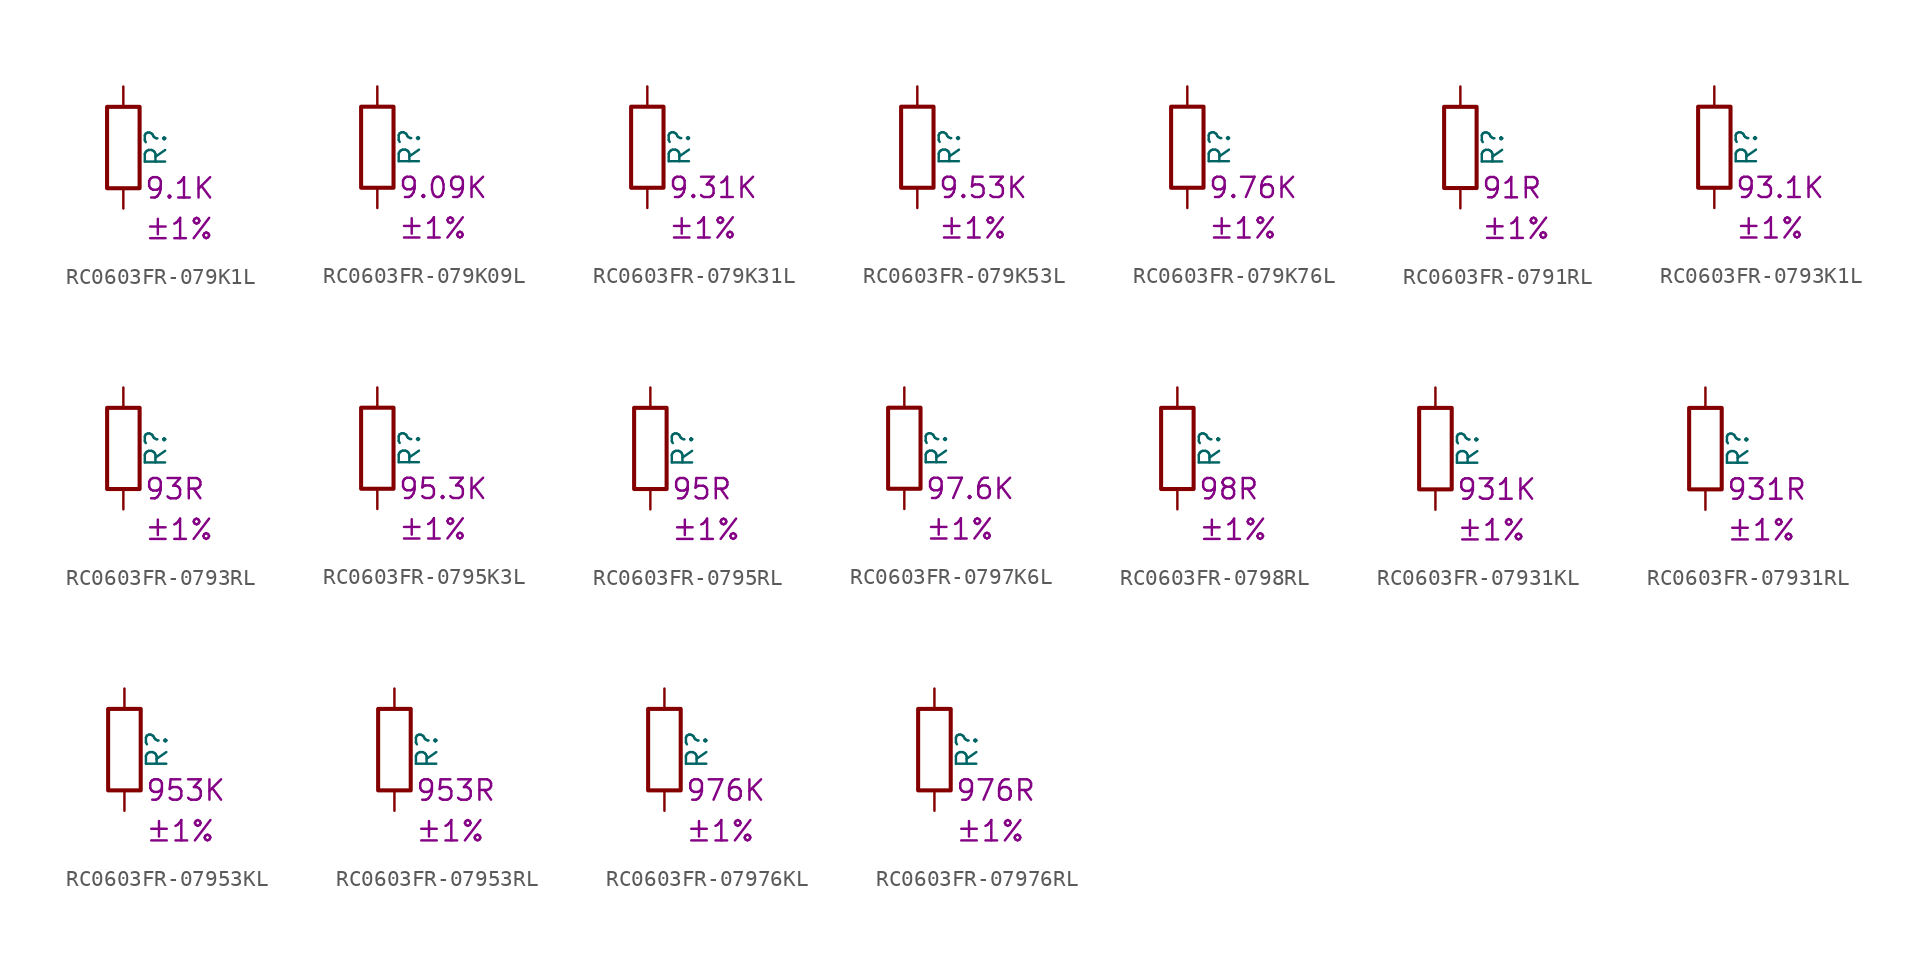
<source format=kicad_sym>
(kicad_symbol_lib
  (version 20220914)
  (generator kicad_symbol_editor)
  (symbol "RC0603FR-079K1L"
    (pin_numbers hide)
    (pin_names
      (offset 0))
    (property "Reference" "R"
      (at 2.032 0 90)
      (effects (font (size 1.27 1.27))))
    (property "Resistance" "9.1K"
      (at 1.27 -2.54 0)
      (effects (font (size 1.27 1.27)) (justify left)))
    (property "Tolerance" "±1%"
      (at 1.27 -5.08 0)
      (effects (font (size 1.27 1.27)) (justify left)))
    (symbol "RC0603FR-079K1L_0_1"
      (rectangle (start -1.016 -2.54) (end 1.016 2.54) (stroke (width 0.254) (type default)) (fill (type none))))
    (symbol "RC0603FR-079K1L_1_1"
      (pin passive line (at 0 3.81 270) (length 1.27) (name "~" (effects (font (size 1.27 1.27)))) (number "1" (effects (font (size 1.27 1.27)))))
      (pin passive line (at 0 -3.81 90) (length 1.27) (name "~" (effects (font (size 1.27 1.27)))) (number "2" (effects (font (size 1.27 1.27)))))))
  (symbol "RC0603FR-079K09L"
    (pin_numbers hide)
    (pin_names
      (offset 0))
    (property "Reference" "R"
      (at 2.032 0 90)
      (effects (font (size 1.27 1.27))))
    (property "Resistance" "9.09K"
      (at 1.27 -2.54 0)
      (effects (font (size 1.27 1.27)) (justify left)))
    (property "Tolerance" "±1%"
      (at 1.27 -5.08 0)
      (effects (font (size 1.27 1.27)) (justify left)))
    (symbol "RC0603FR-079K09L_0_1"
      (rectangle (start -1.016 -2.54) (end 1.016 2.54) (stroke (width 0.254) (type default)) (fill (type none))))
    (symbol "RC0603FR-079K09L_1_1"
      (pin passive line (at 0 3.81 270) (length 1.27) (name "~" (effects (font (size 1.27 1.27)))) (number "1" (effects (font (size 1.27 1.27)))))
      (pin passive line (at 0 -3.81 90) (length 1.27) (name "~" (effects (font (size 1.27 1.27)))) (number "2" (effects (font (size 1.27 1.27)))))))
  (symbol "RC0603FR-079K31L"
    (pin_numbers hide)
    (pin_names
      (offset 0))
    (property "Reference" "R"
      (at 2.032 0 90)
      (effects (font (size 1.27 1.27))))
    (property "Resistance" "9.31K"
      (at 1.27 -2.54 0)
      (effects (font (size 1.27 1.27)) (justify left)))
    (property "Tolerance" "±1%"
      (at 1.27 -5.08 0)
      (effects (font (size 1.27 1.27)) (justify left)))
    (symbol "RC0603FR-079K31L_0_1"
      (rectangle (start -1.016 -2.54) (end 1.016 2.54) (stroke (width 0.254) (type default)) (fill (type none))))
    (symbol "RC0603FR-079K31L_1_1"
      (pin passive line (at 0 3.81 270) (length 1.27) (name "~" (effects (font (size 1.27 1.27)))) (number "1" (effects (font (size 1.27 1.27)))))
      (pin passive line (at 0 -3.81 90) (length 1.27) (name "~" (effects (font (size 1.27 1.27)))) (number "2" (effects (font (size 1.27 1.27)))))))
  (symbol "RC0603FR-079K53L"
    (pin_numbers hide)
    (pin_names
      (offset 0))
    (property "Reference" "R"
      (at 2.032 0 90)
      (effects (font (size 1.27 1.27))))
    (property "Resistance" "9.53K"
      (at 1.27 -2.54 0)
      (effects (font (size 1.27 1.27)) (justify left)))
    (property "Tolerance" "±1%"
      (at 1.27 -5.08 0)
      (effects (font (size 1.27 1.27)) (justify left)))
    (symbol "RC0603FR-079K53L_0_1"
      (rectangle (start -1.016 -2.54) (end 1.016 2.54) (stroke (width 0.254) (type default)) (fill (type none))))
    (symbol "RC0603FR-079K53L_1_1"
      (pin passive line (at 0 3.81 270) (length 1.27) (name "~" (effects (font (size 1.27 1.27)))) (number "1" (effects (font (size 1.27 1.27)))))
      (pin passive line (at 0 -3.81 90) (length 1.27) (name "~" (effects (font (size 1.27 1.27)))) (number "2" (effects (font (size 1.27 1.27)))))))
  (symbol "RC0603FR-079K76L"
    (pin_numbers hide)
    (pin_names
      (offset 0))
    (property "Reference" "R"
      (at 2.032 0 90)
      (effects (font (size 1.27 1.27))))
    (property "Resistance" "9.76K"
      (at 1.27 -2.54 0)
      (effects (font (size 1.27 1.27)) (justify left)))
    (property "Tolerance" "±1%"
      (at 1.27 -5.08 0)
      (effects (font (size 1.27 1.27)) (justify left)))
    (symbol "RC0603FR-079K76L_0_1"
      (rectangle (start -1.016 -2.54) (end 1.016 2.54) (stroke (width 0.254) (type default)) (fill (type none))))
    (symbol "RC0603FR-079K76L_1_1"
      (pin passive line (at 0 3.81 270) (length 1.27) (name "~" (effects (font (size 1.27 1.27)))) (number "1" (effects (font (size 1.27 1.27)))))
      (pin passive line (at 0 -3.81 90) (length 1.27) (name "~" (effects (font (size 1.27 1.27)))) (number "2" (effects (font (size 1.27 1.27)))))))
  (symbol "RC0603FR-0791RL"
    (pin_numbers hide)
    (pin_names
      (offset 0))
    (property "Reference" "R"
      (at 2.032 0 90)
      (effects (font (size 1.27 1.27))))
    (property "Resistance" "91R"
      (at 1.27 -2.54 0)
      (effects (font (size 1.27 1.27)) (justify left)))
    (property "Tolerance" "±1%"
      (at 1.27 -5.08 0)
      (effects (font (size 1.27 1.27)) (justify left)))
    (symbol "RC0603FR-0791RL_0_1"
      (rectangle (start -1.016 -2.54) (end 1.016 2.54) (stroke (width 0.254) (type default)) (fill (type none))))
    (symbol "RC0603FR-0791RL_1_1"
      (pin passive line (at 0 3.81 270) (length 1.27) (name "~" (effects (font (size 1.27 1.27)))) (number "1" (effects (font (size 1.27 1.27)))))
      (pin passive line (at 0 -3.81 90) (length 1.27) (name "~" (effects (font (size 1.27 1.27)))) (number "2" (effects (font (size 1.27 1.27)))))))
  (symbol "RC0603FR-0793K1L"
    (pin_numbers hide)
    (pin_names
      (offset 0))
    (property "Reference" "R"
      (at 2.032 0 90)
      (effects (font (size 1.27 1.27))))
    (property "Resistance" "93.1K"
      (at 1.27 -2.54 0)
      (effects (font (size 1.27 1.27)) (justify left)))
    (property "Tolerance" "±1%"
      (at 1.27 -5.08 0)
      (effects (font (size 1.27 1.27)) (justify left)))
    (symbol "RC0603FR-0793K1L_0_1"
      (rectangle (start -1.016 -2.54) (end 1.016 2.54) (stroke (width 0.254) (type default)) (fill (type none))))
    (symbol "RC0603FR-0793K1L_1_1"
      (pin passive line (at 0 3.81 270) (length 1.27) (name "~" (effects (font (size 1.27 1.27)))) (number "1" (effects (font (size 1.27 1.27)))))
      (pin passive line (at 0 -3.81 90) (length 1.27) (name "~" (effects (font (size 1.27 1.27)))) (number "2" (effects (font (size 1.27 1.27)))))))
  (symbol "RC0603FR-0793RL"
    (pin_numbers hide)
    (pin_names
      (offset 0))
    (property "Reference" "R"
      (at 2.032 0 90)
      (effects (font (size 1.27 1.27))))
    (property "Resistance" "93R"
      (at 1.27 -2.54 0)
      (effects (font (size 1.27 1.27)) (justify left)))
    (property "Tolerance" "±1%"
      (at 1.27 -5.08 0)
      (effects (font (size 1.27 1.27)) (justify left)))
    (symbol "RC0603FR-0793RL_0_1"
      (rectangle (start -1.016 -2.54) (end 1.016 2.54) (stroke (width 0.254) (type default)) (fill (type none))))
    (symbol "RC0603FR-0793RL_1_1"
      (pin passive line (at 0 3.81 270) (length 1.27) (name "~" (effects (font (size 1.27 1.27)))) (number "1" (effects (font (size 1.27 1.27)))))
      (pin passive line (at 0 -3.81 90) (length 1.27) (name "~" (effects (font (size 1.27 1.27)))) (number "2" (effects (font (size 1.27 1.27)))))))
  (symbol "RC0603FR-0795K3L"
    (pin_numbers hide)
    (pin_names
      (offset 0))
    (property "Reference" "R"
      (at 2.032 0 90)
      (effects (font (size 1.27 1.27))))
    (property "Resistance" "95.3K"
      (at 1.27 -2.54 0)
      (effects (font (size 1.27 1.27)) (justify left)))
    (property "Tolerance" "±1%"
      (at 1.27 -5.08 0)
      (effects (font (size 1.27 1.27)) (justify left)))
    (symbol "RC0603FR-0795K3L_0_1"
      (rectangle (start -1.016 -2.54) (end 1.016 2.54) (stroke (width 0.254) (type default)) (fill (type none))))
    (symbol "RC0603FR-0795K3L_1_1"
      (pin passive line (at 0 3.81 270) (length 1.27) (name "~" (effects (font (size 1.27 1.27)))) (number "1" (effects (font (size 1.27 1.27)))))
      (pin passive line (at 0 -3.81 90) (length 1.27) (name "~" (effects (font (size 1.27 1.27)))) (number "2" (effects (font (size 1.27 1.27)))))))
  (symbol "RC0603FR-0795RL"
    (pin_numbers hide)
    (pin_names
      (offset 0))
    (property "Reference" "R"
      (at 2.032 0 90)
      (effects (font (size 1.27 1.27))))
    (property "Resistance" "95R"
      (at 1.27 -2.54 0)
      (effects (font (size 1.27 1.27)) (justify left)))
    (property "Tolerance" "±1%"
      (at 1.27 -5.08 0)
      (effects (font (size 1.27 1.27)) (justify left)))
    (symbol "RC0603FR-0795RL_0_1"
      (rectangle (start -1.016 -2.54) (end 1.016 2.54) (stroke (width 0.254) (type default)) (fill (type none))))
    (symbol "RC0603FR-0795RL_1_1"
      (pin passive line (at 0 3.81 270) (length 1.27) (name "~" (effects (font (size 1.27 1.27)))) (number "1" (effects (font (size 1.27 1.27)))))
      (pin passive line (at 0 -3.81 90) (length 1.27) (name "~" (effects (font (size 1.27 1.27)))) (number "2" (effects (font (size 1.27 1.27)))))))
  (symbol "RC0603FR-0797K6L"
    (pin_numbers hide)
    (pin_names
      (offset 0))
    (property "Reference" "R"
      (at 2.032 0 90)
      (effects (font (size 1.27 1.27))))
    (property "Resistance" "97.6K"
      (at 1.27 -2.54 0)
      (effects (font (size 1.27 1.27)) (justify left)))
    (property "Tolerance" "±1%"
      (at 1.27 -5.08 0)
      (effects (font (size 1.27 1.27)) (justify left)))
    (symbol "RC0603FR-0797K6L_0_1"
      (rectangle (start -1.016 -2.54) (end 1.016 2.54) (stroke (width 0.254) (type default)) (fill (type none))))
    (symbol "RC0603FR-0797K6L_1_1"
      (pin passive line (at 0 3.81 270) (length 1.27) (name "~" (effects (font (size 1.27 1.27)))) (number "1" (effects (font (size 1.27 1.27)))))
      (pin passive line (at 0 -3.81 90) (length 1.27) (name "~" (effects (font (size 1.27 1.27)))) (number "2" (effects (font (size 1.27 1.27)))))))
  (symbol "RC0603FR-0798RL"
    (pin_numbers hide)
    (pin_names
      (offset 0))
    (property "Reference" "R"
      (at 2.032 0 90)
      (effects (font (size 1.27 1.27))))
    (property "Resistance" "98R"
      (at 1.27 -2.54 0)
      (effects (font (size 1.27 1.27)) (justify left)))
    (property "Tolerance" "±1%"
      (at 1.27 -5.08 0)
      (effects (font (size 1.27 1.27)) (justify left)))
    (symbol "RC0603FR-0798RL_0_1"
      (rectangle (start -1.016 -2.54) (end 1.016 2.54) (stroke (width 0.254) (type default)) (fill (type none))))
    (symbol "RC0603FR-0798RL_1_1"
      (pin passive line (at 0 3.81 270) (length 1.27) (name "~" (effects (font (size 1.27 1.27)))) (number "1" (effects (font (size 1.27 1.27)))))
      (pin passive line (at 0 -3.81 90) (length 1.27) (name "~" (effects (font (size 1.27 1.27)))) (number "2" (effects (font (size 1.27 1.27)))))))
  (symbol "RC0603FR-07931KL"
    (pin_numbers hide)
    (pin_names
      (offset 0))
    (property "Reference" "R"
      (at 2.032 0 90)
      (effects (font (size 1.27 1.27))))
    (property "Resistance" "931K"
      (at 1.27 -2.54 0)
      (effects (font (size 1.27 1.27)) (justify left)))
    (property "Tolerance" "±1%"
      (at 1.27 -5.08 0)
      (effects (font (size 1.27 1.27)) (justify left)))
    (symbol "RC0603FR-07931KL_0_1"
      (rectangle (start -1.016 -2.54) (end 1.016 2.54) (stroke (width 0.254) (type default)) (fill (type none))))
    (symbol "RC0603FR-07931KL_1_1"
      (pin passive line (at 0 3.81 270) (length 1.27) (name "~" (effects (font (size 1.27 1.27)))) (number "1" (effects (font (size 1.27 1.27)))))
      (pin passive line (at 0 -3.81 90) (length 1.27) (name "~" (effects (font (size 1.27 1.27)))) (number "2" (effects (font (size 1.27 1.27)))))))
  (symbol "RC0603FR-07931RL"
    (pin_numbers hide)
    (pin_names
      (offset 0))
    (property "Reference" "R"
      (at 2.032 0 90)
      (effects (font (size 1.27 1.27))))
    (property "Resistance" "931R"
      (at 1.27 -2.54 0)
      (effects (font (size 1.27 1.27)) (justify left)))
    (property "Tolerance" "±1%"
      (at 1.27 -5.08 0)
      (effects (font (size 1.27 1.27)) (justify left)))
    (symbol "RC0603FR-07931RL_0_1"
      (rectangle (start -1.016 -2.54) (end 1.016 2.54) (stroke (width 0.254) (type default)) (fill (type none))))
    (symbol "RC0603FR-07931RL_1_1"
      (pin passive line (at 0 3.81 270) (length 1.27) (name "~" (effects (font (size 1.27 1.27)))) (number "1" (effects (font (size 1.27 1.27)))))
      (pin passive line (at 0 -3.81 90) (length 1.27) (name "~" (effects (font (size 1.27 1.27)))) (number "2" (effects (font (size 1.27 1.27)))))))
  (symbol "RC0603FR-07953KL"
    (pin_numbers hide)
    (pin_names
      (offset 0))
    (property "Reference" "R"
      (at 2.032 0 90)
      (effects (font (size 1.27 1.27))))
    (property "Resistance" "953K"
      (at 1.27 -2.54 0)
      (effects (font (size 1.27 1.27)) (justify left)))
    (property "Tolerance" "±1%"
      (at 1.27 -5.08 0)
      (effects (font (size 1.27 1.27)) (justify left)))
    (symbol "RC0603FR-07953KL_0_1"
      (rectangle (start -1.016 -2.54) (end 1.016 2.54) (stroke (width 0.254) (type default)) (fill (type none))))
    (symbol "RC0603FR-07953KL_1_1"
      (pin passive line (at 0 3.81 270) (length 1.27) (name "~" (effects (font (size 1.27 1.27)))) (number "1" (effects (font (size 1.27 1.27)))))
      (pin passive line (at 0 -3.81 90) (length 1.27) (name "~" (effects (font (size 1.27 1.27)))) (number "2" (effects (font (size 1.27 1.27)))))))
  (symbol "RC0603FR-07953RL"
    (pin_numbers hide)
    (pin_names
      (offset 0))
    (property "Reference" "R"
      (at 2.032 0 90)
      (effects (font (size 1.27 1.27))))
    (property "Resistance" "953R"
      (at 1.27 -2.54 0)
      (effects (font (size 1.27 1.27)) (justify left)))
    (property "Tolerance" "±1%"
      (at 1.27 -5.08 0)
      (effects (font (size 1.27 1.27)) (justify left)))
    (symbol "RC0603FR-07953RL_0_1"
      (rectangle (start -1.016 -2.54) (end 1.016 2.54) (stroke (width 0.254) (type default)) (fill (type none))))
    (symbol "RC0603FR-07953RL_1_1"
      (pin passive line (at 0 3.81 270) (length 1.27) (name "~" (effects (font (size 1.27 1.27)))) (number "1" (effects (font (size 1.27 1.27)))))
      (pin passive line (at 0 -3.81 90) (length 1.27) (name "~" (effects (font (size 1.27 1.27)))) (number "2" (effects (font (size 1.27 1.27)))))))
  (symbol "RC0603FR-07976KL"
    (pin_numbers hide)
    (pin_names
      (offset 0))
    (property "Reference" "R"
      (at 2.032 0 90)
      (effects (font (size 1.27 1.27))))
    (property "Resistance" "976K"
      (at 1.27 -2.54 0)
      (effects (font (size 1.27 1.27)) (justify left)))
    (property "Tolerance" "±1%"
      (at 1.27 -5.08 0)
      (effects (font (size 1.27 1.27)) (justify left)))
    (symbol "RC0603FR-07976KL_0_1"
      (rectangle (start -1.016 -2.54) (end 1.016 2.54) (stroke (width 0.254) (type default)) (fill (type none))))
    (symbol "RC0603FR-07976KL_1_1"
      (pin passive line (at 0 3.81 270) (length 1.27) (name "~" (effects (font (size 1.27 1.27)))) (number "1" (effects (font (size 1.27 1.27)))))
      (pin passive line (at 0 -3.81 90) (length 1.27) (name "~" (effects (font (size 1.27 1.27)))) (number "2" (effects (font (size 1.27 1.27)))))))
  (symbol "RC0603FR-07976RL"
    (pin_numbers hide)
    (pin_names
      (offset 0))
    (property "Reference" "R"
      (at 2.032 0 90)
      (effects (font (size 1.27 1.27))))
    (property "Resistance" "976R"
      (at 1.27 -2.54 0)
      (effects (font (size 1.27 1.27)) (justify left)))
    (property "Tolerance" "±1%"
      (at 1.27 -5.08 0)
      (effects (font (size 1.27 1.27)) (justify left)))
    (symbol "RC0603FR-07976RL_0_1"
      (rectangle (start -1.016 -2.54) (end 1.016 2.54) (stroke (width 0.254) (type default)) (fill (type none))))
    (symbol "RC0603FR-07976RL_1_1"
      (pin passive line (at 0 3.81 270) (length 1.27) (name "~" (effects (font (size 1.27 1.27)))) (number "1" (effects (font (size 1.27 1.27)))))
      (pin passive line (at 0 -3.81 90) (length 1.27) (name "~" (effects (font (size 1.27 1.27)))) (number "2" (effects (font (size 1.27 1.27))))))))
</source>
